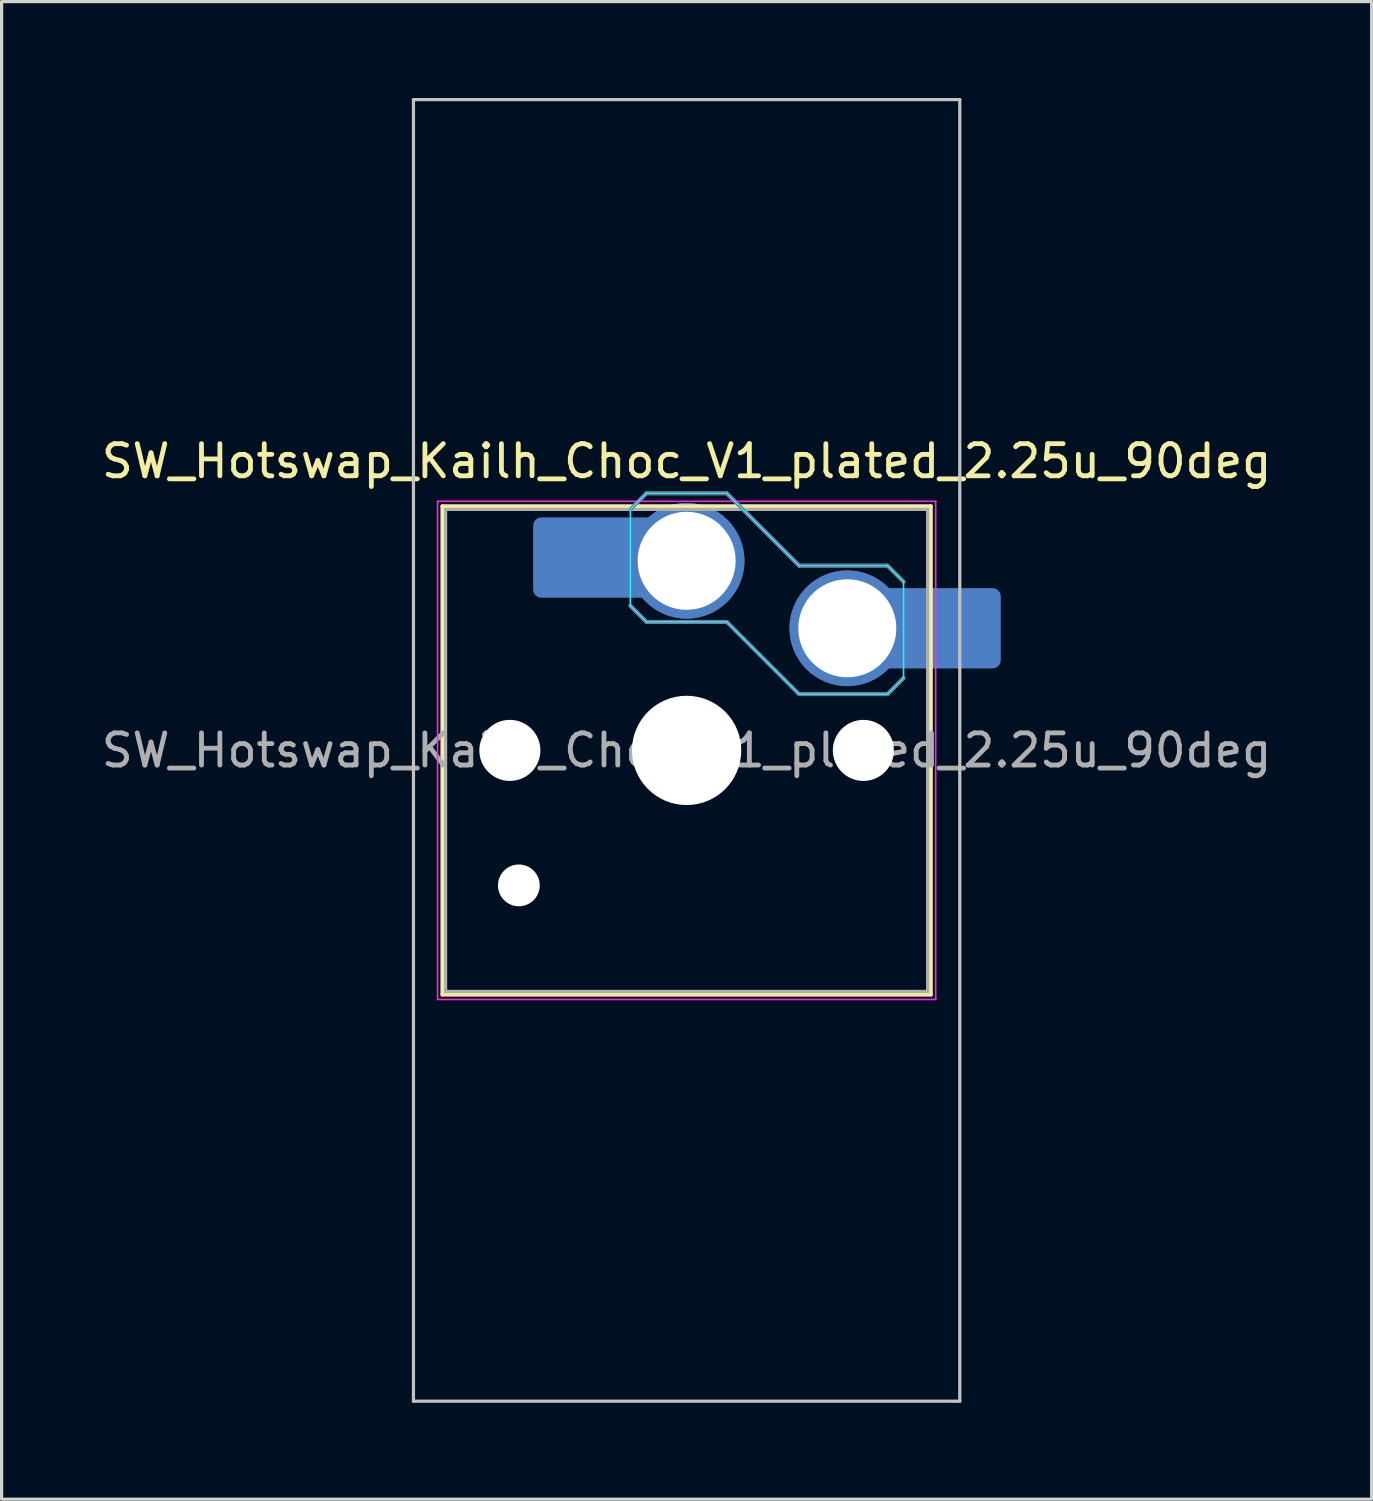
<source format=kicad_pcb>
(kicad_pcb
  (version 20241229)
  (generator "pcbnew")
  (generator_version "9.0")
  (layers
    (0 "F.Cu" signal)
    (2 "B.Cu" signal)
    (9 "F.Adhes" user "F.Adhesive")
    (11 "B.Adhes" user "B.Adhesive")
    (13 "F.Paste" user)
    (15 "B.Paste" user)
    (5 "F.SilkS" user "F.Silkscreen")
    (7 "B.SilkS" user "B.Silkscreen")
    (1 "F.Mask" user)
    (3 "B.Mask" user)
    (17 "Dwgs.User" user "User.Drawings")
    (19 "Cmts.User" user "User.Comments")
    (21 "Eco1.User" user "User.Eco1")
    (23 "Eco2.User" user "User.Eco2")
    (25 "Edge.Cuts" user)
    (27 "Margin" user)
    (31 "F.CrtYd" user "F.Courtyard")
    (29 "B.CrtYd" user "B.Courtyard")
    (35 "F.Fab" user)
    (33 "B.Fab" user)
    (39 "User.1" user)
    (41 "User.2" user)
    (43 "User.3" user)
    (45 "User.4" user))
  (footprint "SW_Hotswap_Kailh_Choc_V1_plated_2.25u_90deg"
    (layer "F.Cu")
    (at 18.315 20.3)
    (property "Reference" "SW_Hotswap_Kailh_Choc_V1_plated_2.25u_90deg" (at 0 -9 0) (layer "F.SilkS") (effects (font (size 1 1) (thickness 0.15))))
    (attr smd)
    (fp_line (start -7.6 -7.6) (end -7.6 7.6) (stroke (width 0.12) (type solid)) (layer "F.SilkS"))
    (fp_line (start -7.6 7.6) (end 7.6 7.6) (stroke (width 0.12) (type solid)) (layer "F.SilkS"))
    (fp_line (start 7.6 -7.6) (end -7.6 -7.6) (stroke (width 0.12) (type solid)) (layer "F.SilkS"))
    (fp_line (start 7.6 7.6) (end 7.6 -7.6) (stroke (width 0.12) (type solid)) (layer "F.SilkS"))
    (fp_line (start -1.75 -7.5) (end -1.25 -8) (stroke (width 0.12) (type solid)) (layer "B.SilkS"))
    (fp_line (start -1.25 -8) (end 1.25 -8) (stroke (width 0.12) (type solid)) (layer "B.SilkS"))
    (fp_line (start -1.25 -4) (end -1.75 -4.5) (stroke (width 0.12) (type solid)) (layer "B.SilkS"))
    (fp_line (start 1.25 -8) (end 3.5 -5.75) (stroke (width 0.12) (type solid)) (layer "B.SilkS"))
    (fp_line (start 1.25 -4) (end -1.25 -4) (stroke (width 0.12) (type solid)) (layer "B.SilkS"))
    (fp_line (start 3.5 -5.75) (end 6.25 -5.75) (stroke (width 0.12) (type solid)) (layer "B.SilkS"))
    (fp_line (start 3.5 -1.75) (end 1.25 -4) (stroke (width 0.12) (type solid)) (layer "B.SilkS"))
    (fp_line (start 6.25 -5.75) (end 6.75 -5.25) (stroke (width 0.12) (type solid)) (layer "B.SilkS"))
    (fp_line (start 6.25 -1.75) (end 3.5 -1.75) (stroke (width 0.12) (type solid)) (layer "B.SilkS"))
    (fp_line (start 6.75 -2.25) (end 6.25 -1.75) (stroke (width 0.12) (type solid)) (layer "B.SilkS"))
    (fp_line (start -8.5 -20.25) (end 8.5 -20.25) (stroke (width 0.1) (type solid)) (layer "Dwgs.User"))
    (fp_line (start -8.5 20.25) (end -8.5 -20.25) (stroke (width 0.1) (type solid)) (layer "Dwgs.User"))
    (fp_line (start 8.5 -20.25) (end 8.5 20.25) (stroke (width 0.1) (type solid)) (layer "Dwgs.User"))
    (fp_line (start 8.5 20.25) (end -8.5 20.25) (stroke (width 0.1) (type solid)) (layer "Dwgs.User"))
    (fp_line (start -7.25 -7.25) (end -7.25 7.25) (stroke (width 0.1) (type solid)) (layer "Eco1.User"))
    (fp_line (start -7.25 7.25) (end 7.25 7.25) (stroke (width 0.1) (type solid)) (layer "Eco1.User"))
    (fp_line (start 7.25 -7.25) (end -7.25 -7.25) (stroke (width 0.1) (type solid)) (layer "Eco1.User"))
    (fp_line (start 7.25 7.25) (end 7.25 -7.25) (stroke (width 0.1) (type solid)) (layer "Eco1.User"))
    (fp_line (start -1.75 -7.5) (end -1.25 -8) (stroke (width 0.05) (type solid)) (layer "B.CrtYd"))
    (fp_line (start -1.75 -4.5) (end -1.75 -7.5) (stroke (width 0.05) (type solid)) (layer "B.CrtYd"))
    (fp_line (start -1.25 -8) (end 1.25 -8) (stroke (width 0.05) (type solid)) (layer "B.CrtYd"))
    (fp_line (start -1.25 -4) (end -1.75 -4.5) (stroke (width 0.05) (type solid)) (layer "B.CrtYd"))
    (fp_line (start 1.25 -8) (end 3.5 -5.75) (stroke (width 0.05) (type solid)) (layer "B.CrtYd"))
    (fp_line (start 1.25 -4) (end -1.25 -4) (stroke (width 0.05) (type solid)) (layer "B.CrtYd"))
    (fp_line (start 3.5 -5.75) (end 6.25 -5.75) (stroke (width 0.05) (type solid)) (layer "B.CrtYd"))
    (fp_line (start 3.5 -1.75) (end 1.25 -4) (stroke (width 0.05) (type solid)) (layer "B.CrtYd"))
    (fp_line (start 6.25 -5.75) (end 6.75 -5.25) (stroke (width 0.05) (type solid)) (layer "B.CrtYd"))
    (fp_line (start 6.25 -1.75) (end 3.5 -1.75) (stroke (width 0.05) (type solid)) (layer "B.CrtYd"))
    (fp_line (start 6.75 -5.25) (end 6.75 -2.25) (stroke (width 0.05) (type solid)) (layer "B.CrtYd"))
    (fp_line (start 6.75 -2.25) (end 6.25 -1.75) (stroke (width 0.05) (type solid)) (layer "B.CrtYd"))
    (fp_line (start -7.75 -7.75) (end -7.75 7.75) (stroke (width 0.05) (type solid)) (layer "F.CrtYd"))
    (fp_line (start -7.75 7.75) (end 7.75 7.75) (stroke (width 0.05) (type solid)) (layer "F.CrtYd"))
    (fp_line (start 7.75 -7.75) (end -7.75 -7.75) (stroke (width 0.05) (type solid)) (layer "F.CrtYd"))
    (fp_line (start 7.75 7.75) (end 7.75 -7.75) (stroke (width 0.05) (type solid)) (layer "F.CrtYd"))
    (fp_line (start -1.75 -7.5) (end -1.25 -8) (stroke (width 0.1) (type solid)) (layer "B.Fab"))
    (fp_line (start -1.25 -8) (end 1.25 -8) (stroke (width 0.1) (type solid)) (layer "B.Fab"))
    (fp_line (start -1.25 -4) (end -1.75 -4.5) (stroke (width 0.1) (type solid)) (layer "B.Fab"))
    (fp_line (start 1.25 -8) (end 3.5 -5.75) (stroke (width 0.1) (type solid)) (layer "B.Fab"))
    (fp_line (start 1.25 -4) (end -1.25 -4) (stroke (width 0.1) (type solid)) (layer "B.Fab"))
    (fp_line (start 3.5 -5.75) (end 6.25 -5.75) (stroke (width 0.1) (type solid)) (layer "B.Fab"))
    (fp_line (start 3.5 -1.75) (end 1.25 -4) (stroke (width 0.1) (type solid)) (layer "B.Fab"))
    (fp_line (start 6.25 -5.75) (end 6.75 -5.25) (stroke (width 0.1) (type solid)) (layer "B.Fab"))
    (fp_line (start 6.25 -1.75) (end 3.5 -1.75) (stroke (width 0.1) (type solid)) (layer "B.Fab"))
    (fp_line (start 6.75 -2.25) (end 6.25 -1.75) (stroke (width 0.1) (type solid)) (layer "B.Fab"))
    (fp_line (start -7.5 -7.5) (end -7.5 7.5) (stroke (width 0.1) (type solid)) (layer "F.Fab"))
    (fp_line (start -7.5 7.5) (end 7.5 7.5) (stroke (width 0.1) (type solid)) (layer "F.Fab"))
    (fp_line (start 7.5 -7.5) (end -7.5 -7.5) (stroke (width 0.1) (type solid)) (layer "F.Fab"))
    (fp_line (start 7.5 7.5) (end 7.5 -7.5) (stroke (width 0.1) (type solid)) (layer "F.Fab"))
    (fp_text user "${REFERENCE}" (at 0 0 0) (layer "F.Fab") (effects (font (size 1 1) (thickness 0.15))))
    (pad "" np_thru_hole circle (at -5.5 0) (size 1.9 1.9) (drill 1.9) (layers "*.Cu" "*.Mask"))
    (pad "" np_thru_hole circle (at -5.22 4.2) (size 1.3 1.3) (drill 1.3) (layers "*.Cu" "*.Mask"))
    (pad "" smd roundrect (at -3.5 -6) (size 2.55 2.5) (layers "B.Mask" "B.Paste") (roundrect_rratio 0.1))
    (pad "" np_thru_hole circle (at 0 0) (size 3.4 3.4) (drill 3.4) (layers "*.Cu" "*.Mask"))
    (pad "" np_thru_hole circle (at 5.5 0) (size 1.9 1.9) (drill 1.9) (layers "*.Cu" "*.Mask"))
    (pad "" smd roundrect (at 8.5 -3.8) (size 2.55 2.5) (layers "B.Mask" "B.Paste") (roundrect_rratio 0.1))
    (pad "1" smd roundrect (at -2.85 -6) (size 3.85 2.5) (layers "B.Cu") (roundrect_rratio 0.1))
    (pad "1" thru_hole circle (at 0 -5.9) (size 3.6 3.6) (drill 3.05) (layers "*.Cu" "B.Mask"))
    (pad "2" thru_hole circle (at 5 -3.8) (size 3.6 3.6) (drill 3.05) (layers "*.Cu" "B.Mask"))
    (pad "2" smd roundrect (at 7.85 -3.8) (size 3.85 2.5) (layers "B.Cu") (roundrect_rratio 0.1)))
  (gr_rect
    (start -3 -3)
    (end 39.631 43.6)
    (stroke (width 0.1) (type default))
    (fill no)
    (layer "Edge.Cuts")))
</source>
